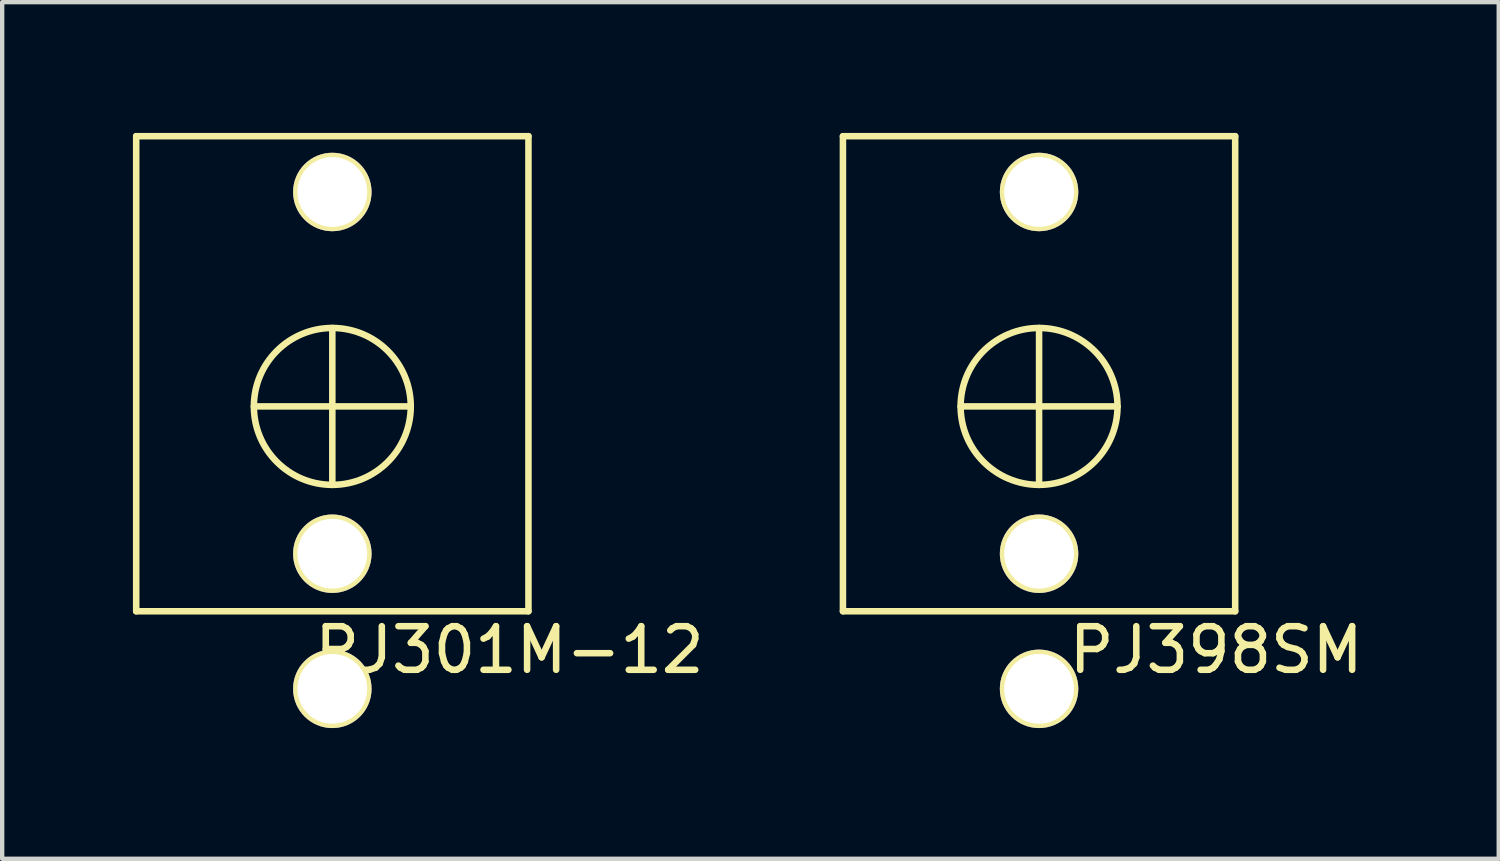
<source format=kicad_pcb>
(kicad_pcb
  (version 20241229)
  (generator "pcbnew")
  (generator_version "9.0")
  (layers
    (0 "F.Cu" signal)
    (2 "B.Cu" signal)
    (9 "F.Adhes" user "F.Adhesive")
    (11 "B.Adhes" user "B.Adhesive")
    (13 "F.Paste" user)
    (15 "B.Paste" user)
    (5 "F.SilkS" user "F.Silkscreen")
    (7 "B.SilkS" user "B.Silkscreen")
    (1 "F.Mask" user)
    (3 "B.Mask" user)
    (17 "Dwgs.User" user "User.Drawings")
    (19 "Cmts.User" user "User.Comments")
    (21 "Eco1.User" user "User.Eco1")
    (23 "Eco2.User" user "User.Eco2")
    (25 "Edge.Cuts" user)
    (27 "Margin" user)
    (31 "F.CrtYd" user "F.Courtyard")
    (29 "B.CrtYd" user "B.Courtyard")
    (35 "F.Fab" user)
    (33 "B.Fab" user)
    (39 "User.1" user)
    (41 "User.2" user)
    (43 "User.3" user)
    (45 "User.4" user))
  (footprint "PJ301M-12"
    (layer "F.Cu")
    (at 4.575 6.275)
    (property "Reference" "PJ301M-12" (at 4.064 5.588 0) (layer "F.SilkS") (effects (font (size 1 1) (thickness 0.15))))
    (attr through_hole)
    (fp_line (start -4.5 -6.2) (end -4.5 4.7) (stroke (width 0.15) (type solid)) (layer "F.SilkS"))
    (fp_line (start -4.5 -6.2) (end 4.5 -6.2) (stroke (width 0.15) (type solid)) (layer "F.SilkS"))
    (fp_line (start -4.5 4.7) (end 4.5 4.7) (stroke (width 0.15) (type solid)) (layer "F.SilkS"))
    (fp_line (start -1.8 0) (end 1.8 0) (stroke (width 0.15) (type solid)) (layer "F.SilkS"))
    (fp_line (start 0 -1.8) (end 0 1.8) (stroke (width 0.15) (type solid)) (layer "F.SilkS"))
    (fp_line (start 4.5 -6.2) (end 4.5 4.7) (stroke (width 0.15) (type solid)) (layer "F.SilkS"))
    (fp_circle (center 0 0) (end 1.8 0) (stroke (width 0.15) (type solid)) (fill no) (layer "F.SilkS"))
    (pad "1" thru_hole circle (at 0 6.48) (size 1.8 1.8) (drill 1.6) (layers "*.Cu" "*.Mask" "F.SilkS"))
    (pad "2" thru_hole circle (at 0 3.38) (size 1.8 1.8) (drill 1.6) (layers "*.Cu" "*.Mask" "F.SilkS"))
    (pad "3" thru_hole circle (at 0 -4.92) (size 1.8 1.8) (drill 1.6) (layers "*.Cu" "*.Mask" "F.SilkS")))
  (footprint "PJ398SM"
    (layer "F.Cu")
    (at 20.791 6.275)
    (property "Reference" "PJ398SM" (at 4.064 5.588 0) (layer "F.SilkS") (effects (font (size 1 1) (thickness 0.15))))
    (attr through_hole)
    (fp_line (start -4.5 -6.2) (end -4.5 4.7) (stroke (width 0.15) (type solid)) (layer "F.SilkS"))
    (fp_line (start -4.5 -6.2) (end 4.5 -6.2) (stroke (width 0.15) (type solid)) (layer "F.SilkS"))
    (fp_line (start -4.5 4.7) (end 4.5 4.7) (stroke (width 0.15) (type solid)) (layer "F.SilkS"))
    (fp_line (start -1.8 0) (end 1.8 0) (stroke (width 0.15) (type solid)) (layer "F.SilkS"))
    (fp_line (start 0 -1.8) (end 0 1.8) (stroke (width 0.15) (type solid)) (layer "F.SilkS"))
    (fp_line (start 4.5 -6.2) (end 4.5 4.7) (stroke (width 0.15) (type solid)) (layer "F.SilkS"))
    (fp_circle (center 0 0) (end 1.8 0) (stroke (width 0.15) (type solid)) (fill no) (layer "F.SilkS"))
    (pad "1" thru_hole circle (at 0 6.48) (size 1.8 1.8) (drill 1.6) (layers "*.Cu" "*.Mask" "F.SilkS"))
    (pad "2" thru_hole circle (at 0 3.38) (size 1.8 1.8) (drill 1.6) (layers "*.Cu" "*.Mask" "F.SilkS"))
    (pad "3" thru_hole circle (at 0 -4.92) (size 1.8 1.8) (drill 1.6) (layers "*.Cu" "*.Mask" "F.SilkS")))
  (gr_rect
    (start -3 -3)
    (end 31.338 16.655)
    (stroke (width 0.1) (type default))
    (fill no)
    (layer "Edge.Cuts")))
</source>
